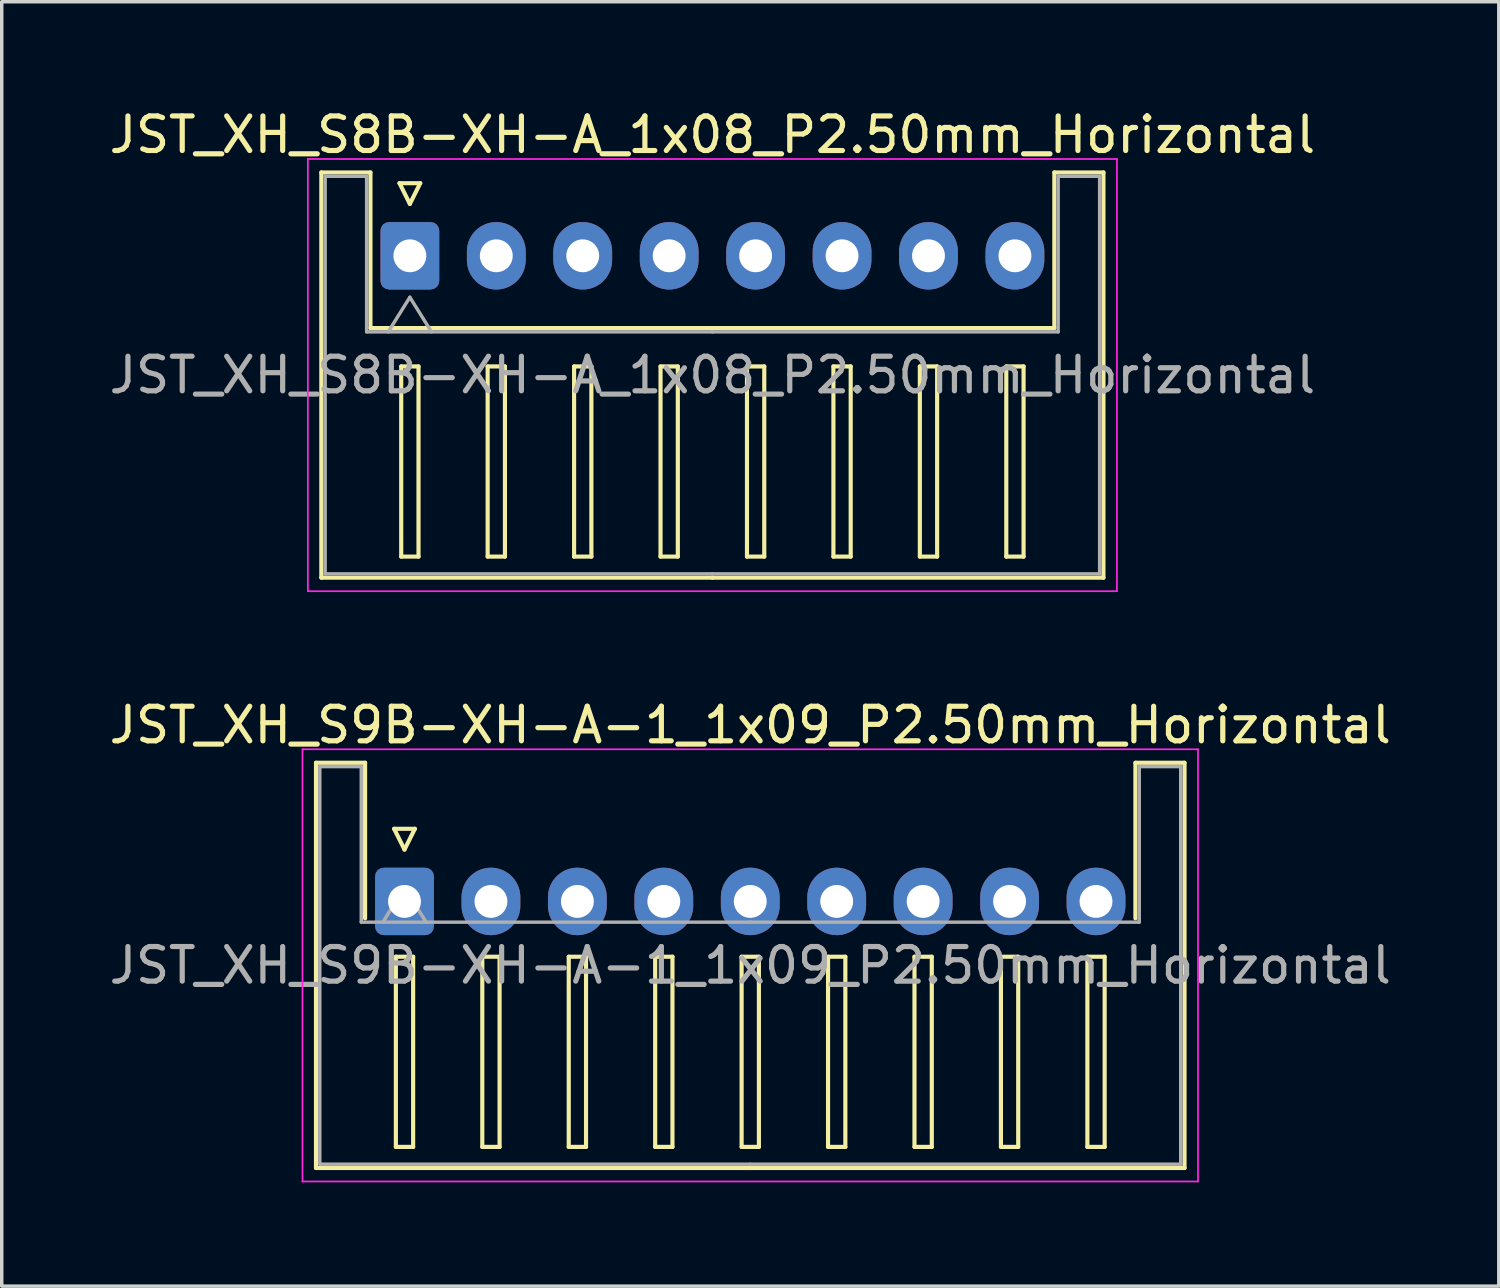
<source format=kicad_pcb>
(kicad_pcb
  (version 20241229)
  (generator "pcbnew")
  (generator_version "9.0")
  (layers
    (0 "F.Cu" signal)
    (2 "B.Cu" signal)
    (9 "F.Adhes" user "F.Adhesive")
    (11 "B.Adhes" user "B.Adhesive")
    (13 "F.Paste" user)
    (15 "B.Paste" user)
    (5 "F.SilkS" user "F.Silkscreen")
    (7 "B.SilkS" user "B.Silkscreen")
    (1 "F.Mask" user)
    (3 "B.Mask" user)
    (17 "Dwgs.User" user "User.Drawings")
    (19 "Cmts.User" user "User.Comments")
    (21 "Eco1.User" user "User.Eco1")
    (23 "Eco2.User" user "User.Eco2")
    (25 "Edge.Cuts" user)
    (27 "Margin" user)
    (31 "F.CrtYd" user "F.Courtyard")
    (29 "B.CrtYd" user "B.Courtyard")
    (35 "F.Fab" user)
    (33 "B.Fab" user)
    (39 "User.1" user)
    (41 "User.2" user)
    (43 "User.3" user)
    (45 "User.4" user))
  (footprint "JST_XH_S8B-XH-A_1x08_P2.50mm_Horizontal"
    (layer "F.Cu")
    (at 8.804 4.348)
    (property "Reference" "JST_XH_S8B-XH-A_1x08_P2.50mm_Horizontal" (at 8.75 -3.5 0) (layer "F.SilkS") (effects (font (size 1 1) (thickness 0.15))))
    (attr through_hole)
    (fp_line (start -2.56 -2.41) (end -1.14 -2.41) (stroke (width 0.12) (type solid)) (layer "F.SilkS"))
    (fp_line (start -2.56 9.31) (end -2.56 -2.41) (stroke (width 0.12) (type solid)) (layer "F.SilkS"))
    (fp_line (start -1.14 -2.41) (end -1.14 2.09) (stroke (width 0.12) (type solid)) (layer "F.SilkS"))
    (fp_line (start -1.14 2.09) (end 8.75 2.09) (stroke (width 0.12) (type solid)) (layer "F.SilkS"))
    (fp_line (start -0.3 -2.1) (end 0.3 -2.1) (stroke (width 0.12) (type solid)) (layer "F.SilkS"))
    (fp_line (start -0.25 3.2) (end -0.25 8.7) (stroke (width 0.12) (type solid)) (layer "F.SilkS"))
    (fp_line (start -0.25 8.7) (end 0.25 8.7) (stroke (width 0.12) (type solid)) (layer "F.SilkS"))
    (fp_line (start 0 -1.5) (end -0.3 -2.1) (stroke (width 0.12) (type solid)) (layer "F.SilkS"))
    (fp_line (start 0.25 3.2) (end -0.25 3.2) (stroke (width 0.12) (type solid)) (layer "F.SilkS"))
    (fp_line (start 0.25 8.7) (end 0.25 3.2) (stroke (width 0.12) (type solid)) (layer "F.SilkS"))
    (fp_line (start 0.3 -2.1) (end 0 -1.5) (stroke (width 0.12) (type solid)) (layer "F.SilkS"))
    (fp_line (start 2.25 3.2) (end 2.25 8.7) (stroke (width 0.12) (type solid)) (layer "F.SilkS"))
    (fp_line (start 2.25 8.7) (end 2.75 8.7) (stroke (width 0.12) (type solid)) (layer "F.SilkS"))
    (fp_line (start 2.75 3.2) (end 2.25 3.2) (stroke (width 0.12) (type solid)) (layer "F.SilkS"))
    (fp_line (start 2.75 8.7) (end 2.75 3.2) (stroke (width 0.12) (type solid)) (layer "F.SilkS"))
    (fp_line (start 4.75 3.2) (end 4.75 8.7) (stroke (width 0.12) (type solid)) (layer "F.SilkS"))
    (fp_line (start 4.75 8.7) (end 5.25 8.7) (stroke (width 0.12) (type solid)) (layer "F.SilkS"))
    (fp_line (start 5.25 3.2) (end 4.75 3.2) (stroke (width 0.12) (type solid)) (layer "F.SilkS"))
    (fp_line (start 5.25 8.7) (end 5.25 3.2) (stroke (width 0.12) (type solid)) (layer "F.SilkS"))
    (fp_line (start 7.25 3.2) (end 7.25 8.7) (stroke (width 0.12) (type solid)) (layer "F.SilkS"))
    (fp_line (start 7.25 8.7) (end 7.75 8.7) (stroke (width 0.12) (type solid)) (layer "F.SilkS"))
    (fp_line (start 7.75 3.2) (end 7.25 3.2) (stroke (width 0.12) (type solid)) (layer "F.SilkS"))
    (fp_line (start 7.75 8.7) (end 7.75 3.2) (stroke (width 0.12) (type solid)) (layer "F.SilkS"))
    (fp_line (start 8.75 9.31) (end -2.56 9.31) (stroke (width 0.12) (type solid)) (layer "F.SilkS"))
    (fp_line (start 8.75 9.31) (end 20.06 9.31) (stroke (width 0.12) (type solid)) (layer "F.SilkS"))
    (fp_line (start 9.75 3.2) (end 9.75 8.7) (stroke (width 0.12) (type solid)) (layer "F.SilkS"))
    (fp_line (start 9.75 8.7) (end 10.25 8.7) (stroke (width 0.12) (type solid)) (layer "F.SilkS"))
    (fp_line (start 10.25 3.2) (end 9.75 3.2) (stroke (width 0.12) (type solid)) (layer "F.SilkS"))
    (fp_line (start 10.25 8.7) (end 10.25 3.2) (stroke (width 0.12) (type solid)) (layer "F.SilkS"))
    (fp_line (start 12.25 3.2) (end 12.25 8.7) (stroke (width 0.12) (type solid)) (layer "F.SilkS"))
    (fp_line (start 12.25 8.7) (end 12.75 8.7) (stroke (width 0.12) (type solid)) (layer "F.SilkS"))
    (fp_line (start 12.75 3.2) (end 12.25 3.2) (stroke (width 0.12) (type solid)) (layer "F.SilkS"))
    (fp_line (start 12.75 8.7) (end 12.75 3.2) (stroke (width 0.12) (type solid)) (layer "F.SilkS"))
    (fp_line (start 14.75 3.2) (end 14.75 8.7) (stroke (width 0.12) (type solid)) (layer "F.SilkS"))
    (fp_line (start 14.75 8.7) (end 15.25 8.7) (stroke (width 0.12) (type solid)) (layer "F.SilkS"))
    (fp_line (start 15.25 3.2) (end 14.75 3.2) (stroke (width 0.12) (type solid)) (layer "F.SilkS"))
    (fp_line (start 15.25 8.7) (end 15.25 3.2) (stroke (width 0.12) (type solid)) (layer "F.SilkS"))
    (fp_line (start 17.25 3.2) (end 17.25 8.7) (stroke (width 0.12) (type solid)) (layer "F.SilkS"))
    (fp_line (start 17.25 8.7) (end 17.75 8.7) (stroke (width 0.12) (type solid)) (layer "F.SilkS"))
    (fp_line (start 17.75 3.2) (end 17.25 3.2) (stroke (width 0.12) (type solid)) (layer "F.SilkS"))
    (fp_line (start 17.75 8.7) (end 17.75 3.2) (stroke (width 0.12) (type solid)) (layer "F.SilkS"))
    (fp_line (start 18.64 -2.41) (end 18.64 2.09) (stroke (width 0.12) (type solid)) (layer "F.SilkS"))
    (fp_line (start 18.64 2.09) (end 8.75 2.09) (stroke (width 0.12) (type solid)) (layer "F.SilkS"))
    (fp_line (start 20.06 -2.41) (end 18.64 -2.41) (stroke (width 0.12) (type solid)) (layer "F.SilkS"))
    (fp_line (start 20.06 9.31) (end 20.06 -2.41) (stroke (width 0.12) (type solid)) (layer "F.SilkS"))
    (fp_line (start -2.95 -2.8) (end -2.95 9.7) (stroke (width 0.05) (type solid)) (layer "F.CrtYd"))
    (fp_line (start -2.95 9.7) (end 20.45 9.7) (stroke (width 0.05) (type solid)) (layer "F.CrtYd"))
    (fp_line (start 20.45 -2.8) (end -2.95 -2.8) (stroke (width 0.05) (type solid)) (layer "F.CrtYd"))
    (fp_line (start 20.45 9.7) (end 20.45 -2.8) (stroke (width 0.05) (type solid)) (layer "F.CrtYd"))
    (fp_line (start -2.45 -2.3) (end -1.25 -2.3) (stroke (width 0.1) (type solid)) (layer "F.Fab"))
    (fp_line (start -2.45 9.2) (end -2.45 -2.3) (stroke (width 0.1) (type solid)) (layer "F.Fab"))
    (fp_line (start -1.25 -2.3) (end -1.25 2.2) (stroke (width 0.1) (type solid)) (layer "F.Fab"))
    (fp_line (start -1.25 2.2) (end 8.75 2.2) (stroke (width 0.1) (type solid)) (layer "F.Fab"))
    (fp_line (start -0.625 2.2) (end 0 1.2) (stroke (width 0.1) (type solid)) (layer "F.Fab"))
    (fp_line (start 0 1.2) (end 0.625 2.2) (stroke (width 0.1) (type solid)) (layer "F.Fab"))
    (fp_line (start 8.75 9.2) (end -2.45 9.2) (stroke (width 0.1) (type solid)) (layer "F.Fab"))
    (fp_line (start 8.75 9.2) (end 19.95 9.2) (stroke (width 0.1) (type solid)) (layer "F.Fab"))
    (fp_line (start 18.75 -2.3) (end 18.75 2.2) (stroke (width 0.1) (type solid)) (layer "F.Fab"))
    (fp_line (start 18.75 2.2) (end 8.75 2.2) (stroke (width 0.1) (type solid)) (layer "F.Fab"))
    (fp_line (start 19.95 -2.3) (end 18.75 -2.3) (stroke (width 0.1) (type solid)) (layer "F.Fab"))
    (fp_line (start 19.95 9.2) (end 19.95 -2.3) (stroke (width 0.1) (type solid)) (layer "F.Fab"))
    (fp_text user "${REFERENCE}" (at 8.75 3.45 0) (layer "F.Fab") (effects (font (size 1 1) (thickness 0.15))))
    (pad "1" thru_hole roundrect (at 0 0) (size 1.7 1.95) (drill 0.95) (layers "*.Cu" "*.Mask") (roundrect_rratio 0.147))
    (pad "2" thru_hole oval (at 2.5 0) (size 1.7 1.95) (drill 0.95) (layers "*.Cu" "*.Mask"))
    (pad "3" thru_hole oval (at 5 0) (size 1.7 1.95) (drill 0.95) (layers "*.Cu" "*.Mask"))
    (pad "4" thru_hole oval (at 7.5 0) (size 1.7 1.95) (drill 0.95) (layers "*.Cu" "*.Mask"))
    (pad "5" thru_hole oval (at 10 0) (size 1.7 1.95) (drill 0.95) (layers "*.Cu" "*.Mask"))
    (pad "6" thru_hole oval (at 12.5 0) (size 1.7 1.95) (drill 0.95) (layers "*.Cu" "*.Mask"))
    (pad "7" thru_hole oval (at 15 0) (size 1.7 1.95) (drill 0.95) (layers "*.Cu" "*.Mask"))
    (pad "8" thru_hole oval (at 17.5 0) (size 1.7 1.95) (drill 0.95) (layers "*.Cu" "*.Mask")))
  (footprint "JST_XH_S9B-XH-A-1_1x09_P2.50mm_Horizontal"
    (layer "F.Cu")
    (at 8.649 23.021)
    (property "Reference" "JST_XH_S9B-XH-A-1_1x09_P2.50mm_Horizontal" (at 10 -5.1 0) (layer "F.SilkS") (effects (font (size 1 1) (thickness 0.15))))
    (attr through_hole)
    (fp_line (start -2.56 -4.01) (end -1.14 -4.01) (stroke (width 0.12) (type solid)) (layer "F.SilkS"))
    (fp_line (start -2.56 7.71) (end -2.56 -4.01) (stroke (width 0.12) (type solid)) (layer "F.SilkS"))
    (fp_line (start -1.14 -4.01) (end -1.14 0.49) (stroke (width 0.12) (type solid)) (layer "F.SilkS"))
    (fp_line (start -0.3 -2.1) (end 0.3 -2.1) (stroke (width 0.12) (type solid)) (layer "F.SilkS"))
    (fp_line (start -0.25 1.6) (end -0.25 7.1) (stroke (width 0.12) (type solid)) (layer "F.SilkS"))
    (fp_line (start -0.25 7.1) (end 0.25 7.1) (stroke (width 0.12) (type solid)) (layer "F.SilkS"))
    (fp_line (start 0 -1.5) (end -0.3 -2.1) (stroke (width 0.12) (type solid)) (layer "F.SilkS"))
    (fp_line (start 0.25 1.6) (end -0.25 1.6) (stroke (width 0.12) (type solid)) (layer "F.SilkS"))
    (fp_line (start 0.25 7.1) (end 0.25 1.6) (stroke (width 0.12) (type solid)) (layer "F.SilkS"))
    (fp_line (start 0.3 -2.1) (end 0 -1.5) (stroke (width 0.12) (type solid)) (layer "F.SilkS"))
    (fp_line (start 2.25 1.6) (end 2.25 7.1) (stroke (width 0.12) (type solid)) (layer "F.SilkS"))
    (fp_line (start 2.25 7.1) (end 2.75 7.1) (stroke (width 0.12) (type solid)) (layer "F.SilkS"))
    (fp_line (start 2.75 1.6) (end 2.25 1.6) (stroke (width 0.12) (type solid)) (layer "F.SilkS"))
    (fp_line (start 2.75 7.1) (end 2.75 1.6) (stroke (width 0.12) (type solid)) (layer "F.SilkS"))
    (fp_line (start 4.75 1.6) (end 4.75 7.1) (stroke (width 0.12) (type solid)) (layer "F.SilkS"))
    (fp_line (start 4.75 7.1) (end 5.25 7.1) (stroke (width 0.12) (type solid)) (layer "F.SilkS"))
    (fp_line (start 5.25 1.6) (end 4.75 1.6) (stroke (width 0.12) (type solid)) (layer "F.SilkS"))
    (fp_line (start 5.25 7.1) (end 5.25 1.6) (stroke (width 0.12) (type solid)) (layer "F.SilkS"))
    (fp_line (start 7.25 1.6) (end 7.25 7.1) (stroke (width 0.12) (type solid)) (layer "F.SilkS"))
    (fp_line (start 7.25 7.1) (end 7.75 7.1) (stroke (width 0.12) (type solid)) (layer "F.SilkS"))
    (fp_line (start 7.75 1.6) (end 7.25 1.6) (stroke (width 0.12) (type solid)) (layer "F.SilkS"))
    (fp_line (start 7.75 7.1) (end 7.75 1.6) (stroke (width 0.12) (type solid)) (layer "F.SilkS"))
    (fp_line (start 9.75 1.6) (end 9.75 7.1) (stroke (width 0.12) (type solid)) (layer "F.SilkS"))
    (fp_line (start 9.75 7.1) (end 10.25 7.1) (stroke (width 0.12) (type solid)) (layer "F.SilkS"))
    (fp_line (start 10 7.71) (end -2.56 7.71) (stroke (width 0.12) (type solid)) (layer "F.SilkS"))
    (fp_line (start 10 7.71) (end 22.56 7.71) (stroke (width 0.12) (type solid)) (layer "F.SilkS"))
    (fp_line (start 10.25 1.6) (end 9.75 1.6) (stroke (width 0.12) (type solid)) (layer "F.SilkS"))
    (fp_line (start 10.25 7.1) (end 10.25 1.6) (stroke (width 0.12) (type solid)) (layer "F.SilkS"))
    (fp_line (start 12.25 1.6) (end 12.25 7.1) (stroke (width 0.12) (type solid)) (layer "F.SilkS"))
    (fp_line (start 12.25 7.1) (end 12.75 7.1) (stroke (width 0.12) (type solid)) (layer "F.SilkS"))
    (fp_line (start 12.75 1.6) (end 12.25 1.6) (stroke (width 0.12) (type solid)) (layer "F.SilkS"))
    (fp_line (start 12.75 7.1) (end 12.75 1.6) (stroke (width 0.12) (type solid)) (layer "F.SilkS"))
    (fp_line (start 14.75 1.6) (end 14.75 7.1) (stroke (width 0.12) (type solid)) (layer "F.SilkS"))
    (fp_line (start 14.75 7.1) (end 15.25 7.1) (stroke (width 0.12) (type solid)) (layer "F.SilkS"))
    (fp_line (start 15.25 1.6) (end 14.75 1.6) (stroke (width 0.12) (type solid)) (layer "F.SilkS"))
    (fp_line (start 15.25 7.1) (end 15.25 1.6) (stroke (width 0.12) (type solid)) (layer "F.SilkS"))
    (fp_line (start 17.25 1.6) (end 17.25 7.1) (stroke (width 0.12) (type solid)) (layer "F.SilkS"))
    (fp_line (start 17.25 7.1) (end 17.75 7.1) (stroke (width 0.12) (type solid)) (layer "F.SilkS"))
    (fp_line (start 17.75 1.6) (end 17.25 1.6) (stroke (width 0.12) (type solid)) (layer "F.SilkS"))
    (fp_line (start 17.75 7.1) (end 17.75 1.6) (stroke (width 0.12) (type solid)) (layer "F.SilkS"))
    (fp_line (start 19.75 1.6) (end 19.75 7.1) (stroke (width 0.12) (type solid)) (layer "F.SilkS"))
    (fp_line (start 19.75 7.1) (end 20.25 7.1) (stroke (width 0.12) (type solid)) (layer "F.SilkS"))
    (fp_line (start 20.25 1.6) (end 19.75 1.6) (stroke (width 0.12) (type solid)) (layer "F.SilkS"))
    (fp_line (start 20.25 7.1) (end 20.25 1.6) (stroke (width 0.12) (type solid)) (layer "F.SilkS"))
    (fp_line (start 21.14 -4.01) (end 21.14 0.49) (stroke (width 0.12) (type solid)) (layer "F.SilkS"))
    (fp_line (start 22.56 -4.01) (end 21.14 -4.01) (stroke (width 0.12) (type solid)) (layer "F.SilkS"))
    (fp_line (start 22.56 7.71) (end 22.56 -4.01) (stroke (width 0.12) (type solid)) (layer "F.SilkS"))
    (fp_line (start -2.95 -4.4) (end -2.95 8.1) (stroke (width 0.05) (type solid)) (layer "F.CrtYd"))
    (fp_line (start -2.95 8.1) (end 22.95 8.1) (stroke (width 0.05) (type solid)) (layer "F.CrtYd"))
    (fp_line (start 22.95 -4.4) (end -2.95 -4.4) (stroke (width 0.05) (type solid)) (layer "F.CrtYd"))
    (fp_line (start 22.95 8.1) (end 22.95 -4.4) (stroke (width 0.05) (type solid)) (layer "F.CrtYd"))
    (fp_line (start -2.45 -3.9) (end -1.25 -3.9) (stroke (width 0.1) (type solid)) (layer "F.Fab"))
    (fp_line (start -2.45 7.6) (end -2.45 -3.9) (stroke (width 0.1) (type solid)) (layer "F.Fab"))
    (fp_line (start -1.25 -3.9) (end -1.25 0.6) (stroke (width 0.1) (type solid)) (layer "F.Fab"))
    (fp_line (start -1.25 0.6) (end 10 0.6) (stroke (width 0.1) (type solid)) (layer "F.Fab"))
    (fp_line (start -0.625 0.6) (end 0 -0.4) (stroke (width 0.1) (type solid)) (layer "F.Fab"))
    (fp_line (start 0 -0.4) (end 0.625 0.6) (stroke (width 0.1) (type solid)) (layer "F.Fab"))
    (fp_line (start 10 7.6) (end -2.45 7.6) (stroke (width 0.1) (type solid)) (layer "F.Fab"))
    (fp_line (start 10 7.6) (end 22.45 7.6) (stroke (width 0.1) (type solid)) (layer "F.Fab"))
    (fp_line (start 21.25 -3.9) (end 21.25 0.6) (stroke (width 0.1) (type solid)) (layer "F.Fab"))
    (fp_line (start 21.25 0.6) (end 10 0.6) (stroke (width 0.1) (type solid)) (layer "F.Fab"))
    (fp_line (start 22.45 -3.9) (end 21.25 -3.9) (stroke (width 0.1) (type solid)) (layer "F.Fab"))
    (fp_line (start 22.45 7.6) (end 22.45 -3.9) (stroke (width 0.1) (type solid)) (layer "F.Fab"))
    (fp_text user "${REFERENCE}" (at 10 1.85 0) (layer "F.Fab") (effects (font (size 1 1) (thickness 0.15))))
    (pad "1" thru_hole roundrect (at 0 0) (size 1.7 1.95) (drill 0.95) (layers "*.Cu" "*.Mask") (roundrect_rratio 0.147))
    (pad "2" thru_hole oval (at 2.5 0) (size 1.7 1.95) (drill 0.95) (layers "*.Cu" "*.Mask"))
    (pad "3" thru_hole oval (at 5 0) (size 1.7 1.95) (drill 0.95) (layers "*.Cu" "*.Mask"))
    (pad "4" thru_hole oval (at 7.5 0) (size 1.7 1.95) (drill 0.95) (layers "*.Cu" "*.Mask"))
    (pad "5" thru_hole oval (at 10 0) (size 1.7 1.95) (drill 0.95) (layers "*.Cu" "*.Mask"))
    (pad "6" thru_hole oval (at 12.5 0) (size 1.7 1.95) (drill 0.95) (layers "*.Cu" "*.Mask"))
    (pad "7" thru_hole oval (at 15 0) (size 1.7 1.95) (drill 0.95) (layers "*.Cu" "*.Mask"))
    (pad "8" thru_hole oval (at 17.5 0) (size 1.7 1.95) (drill 0.95) (layers "*.Cu" "*.Mask"))
    (pad "9" thru_hole oval (at 20 0) (size 1.7 1.95) (drill 0.95) (layers "*.Cu" "*.Mask")))
  (gr_rect
    (start -3 -3)
    (end 40.298 34.147)
    (stroke (width 0.1) (type default))
    (fill no)
    (layer "Edge.Cuts")))
</source>
